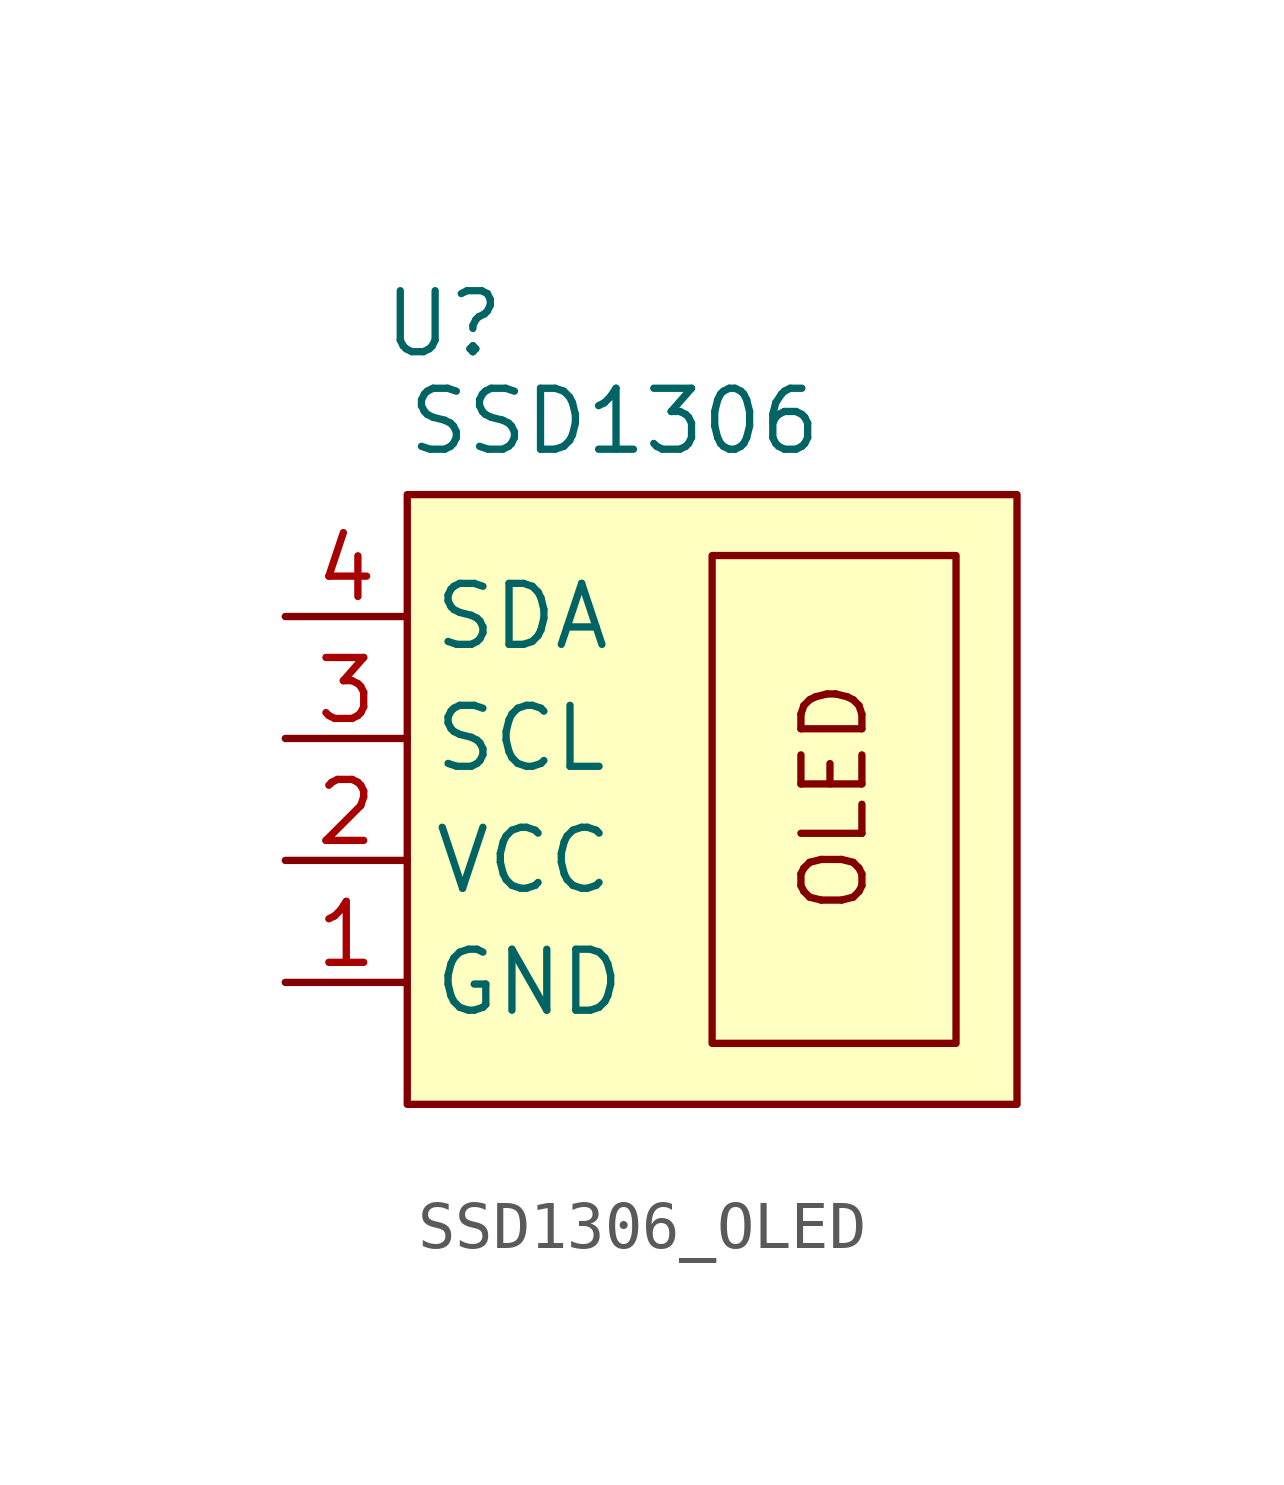
<source format=kicad_sym>
(kicad_symbol_lib
  (version 20241209)
  (generator "kicad_symbol_editor")
  (generator_version "9.0")
  (symbol "SSD1306_OLED"
    (property "Reference" "U"
      (at -4.318 9.906 0)
      (effects (font (size 1.27 1.27))))
    (property "Value" "SSD1306"
      (at -0.762 7.874 0)
      (effects (font (size 1.27 1.27))))
    (symbol "SSD1306_OLED_1_1"
      (rectangle (start -5.08 6.35) (end 7.62 -6.35) (stroke (width 0) (type solid)) (fill (type background)))
      (rectangle (start 1.27 5.08) (end 6.35 -5.08) (stroke (width 0) (type default)) (fill (type none)))
      (text "OLED" (at 3.81 2.54 900) (effects (font (size 1.27 1.27)) (justify right)))
      (pin input line (at -7.62 3.81 0) (length 2.54) (name "SDA" (effects (font (size 1.27 1.27)))) (number "4" (effects (font (size 1.27 1.27)))))
      (pin input line (at -7.62 1.27 0) (length 2.54) (name "SCL" (effects (font (size 1.27 1.27)))) (number "3" (effects (font (size 1.27 1.27)))))
      (pin passive line (at -7.62 -1.27 0) (length 2.54) (name "VCC" (effects (font (size 1.27 1.27)))) (number "2" (effects (font (size 1.27 1.27)))))
      (pin passive line (at -7.62 -3.81 0) (length 2.54) (name "GND" (effects (font (size 1.27 1.27)))) (number "1" (effects (font (size 1.27 1.27))))))))
</source>
